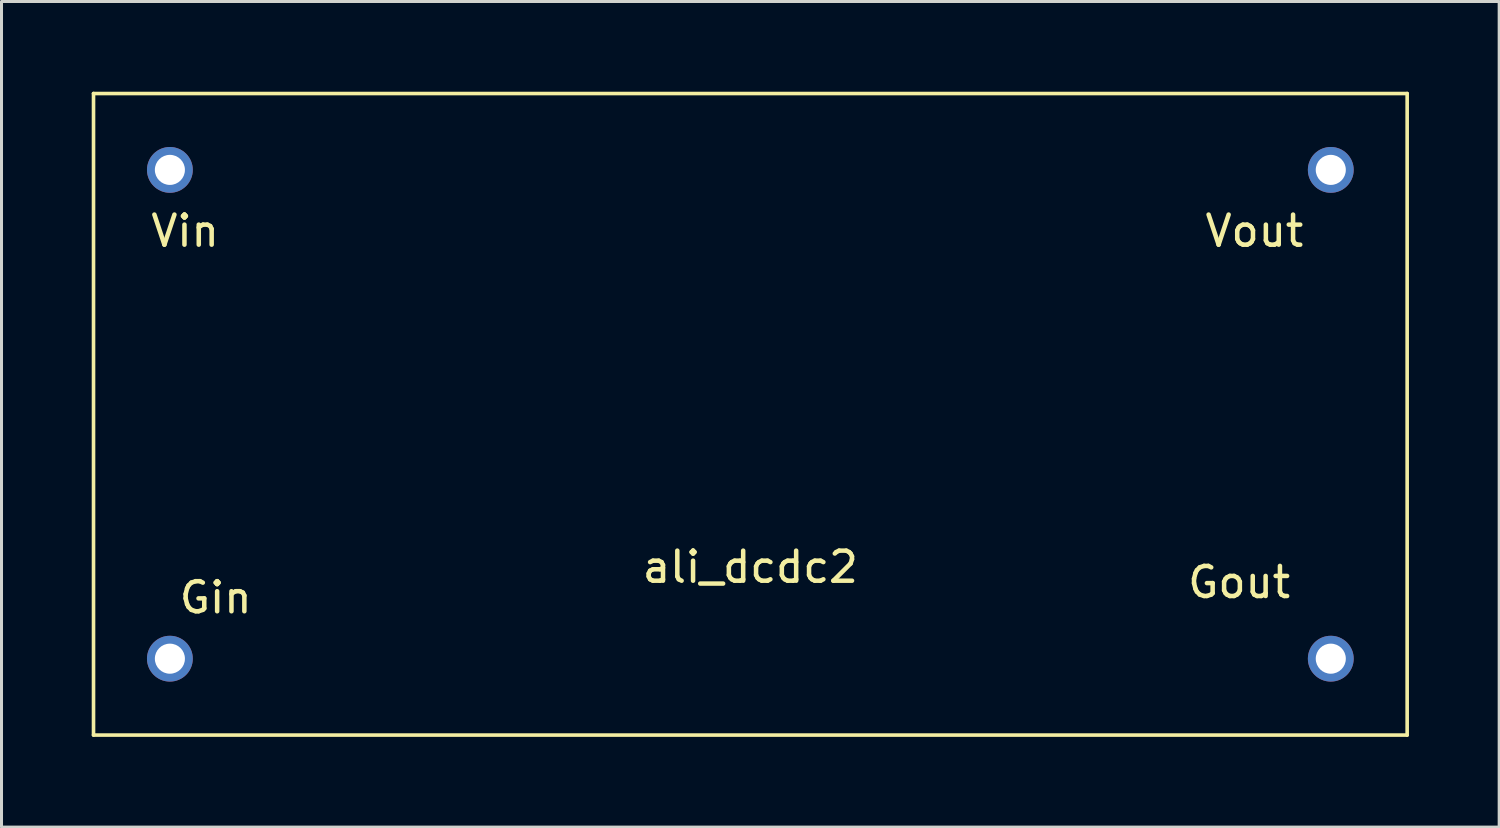
<source format=kicad_pcb>
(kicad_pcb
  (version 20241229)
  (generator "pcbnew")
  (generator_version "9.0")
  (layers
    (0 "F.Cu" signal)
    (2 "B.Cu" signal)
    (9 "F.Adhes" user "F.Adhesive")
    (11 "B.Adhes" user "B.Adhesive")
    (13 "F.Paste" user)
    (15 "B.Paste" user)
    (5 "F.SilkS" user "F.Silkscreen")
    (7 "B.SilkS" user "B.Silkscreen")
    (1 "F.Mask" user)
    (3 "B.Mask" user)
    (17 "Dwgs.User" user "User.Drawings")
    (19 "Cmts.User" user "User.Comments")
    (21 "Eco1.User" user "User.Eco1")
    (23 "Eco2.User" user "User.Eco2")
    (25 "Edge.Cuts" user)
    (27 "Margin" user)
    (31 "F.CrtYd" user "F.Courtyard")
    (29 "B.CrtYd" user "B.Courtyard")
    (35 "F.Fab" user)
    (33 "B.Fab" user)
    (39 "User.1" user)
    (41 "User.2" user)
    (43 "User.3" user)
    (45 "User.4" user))
  (footprint "ali_dcdc2"
    (layer "F.Cu")
    (at 21.904 10.728)
    (property "Reference" "ali_dcdc2" (at 0 5.08 0) (layer "F.SilkS") (effects (font (size 1 1) (thickness 0.15))))
    (attr through_hole)
    (fp_line (start -21.844 -10.668) (end 21.844 -10.668) (stroke (width 0.12) (type solid)) (layer "F.SilkS"))
    (fp_line (start -21.844 10.668) (end -21.844 -10.668) (stroke (width 0.12) (type solid)) (layer "F.SilkS"))
    (fp_line (start 21.844 -10.668) (end 21.844 10.668) (stroke (width 0.12) (type solid)) (layer "F.SilkS"))
    (fp_line (start 21.844 10.668) (end -21.844 10.668) (stroke (width 0.12) (type solid)) (layer "F.SilkS"))
    (fp_text user "Vout" (at 16.764 -6.096 0) (layer "F.SilkS") (effects (font (size 1 1) (thickness 0.15))))
    (fp_text user "Gin" (at -17.78 6.096 0) (layer "F.SilkS") (effects (font (size 1 1) (thickness 0.15))))
    (fp_text user "Vin" (at -18.796 -6.096 0) (layer "F.SilkS") (effects (font (size 1 1) (thickness 0.15))))
    (fp_text user "Gout" (at 16.256 5.588 0) (layer "F.SilkS") (effects (font (size 1 1) (thickness 0.15))))
    (pad "1" thru_hole circle (at -19.304 -8.128) (size 1.524 1.524) (drill 1) (layers "*.Cu" "*.Mask"))
    (pad "2" thru_hole circle (at -19.304 8.128) (size 1.524 1.524) (drill 1) (layers "*.Cu" "*.Mask"))
    (pad "3" thru_hole circle (at 19.304 -8.128) (size 1.524 1.524) (drill 1) (layers "*.Cu" "*.Mask"))
    (pad "4" thru_hole circle (at 19.304 8.128) (size 1.524 1.524) (drill 1) (layers "*.Cu" "*.Mask")))
  (gr_rect
    (start -3 -3)
    (end 46.808 24.456)
    (stroke (width 0.1) (type default))
    (fill no)
    (layer "Edge.Cuts")))
</source>
